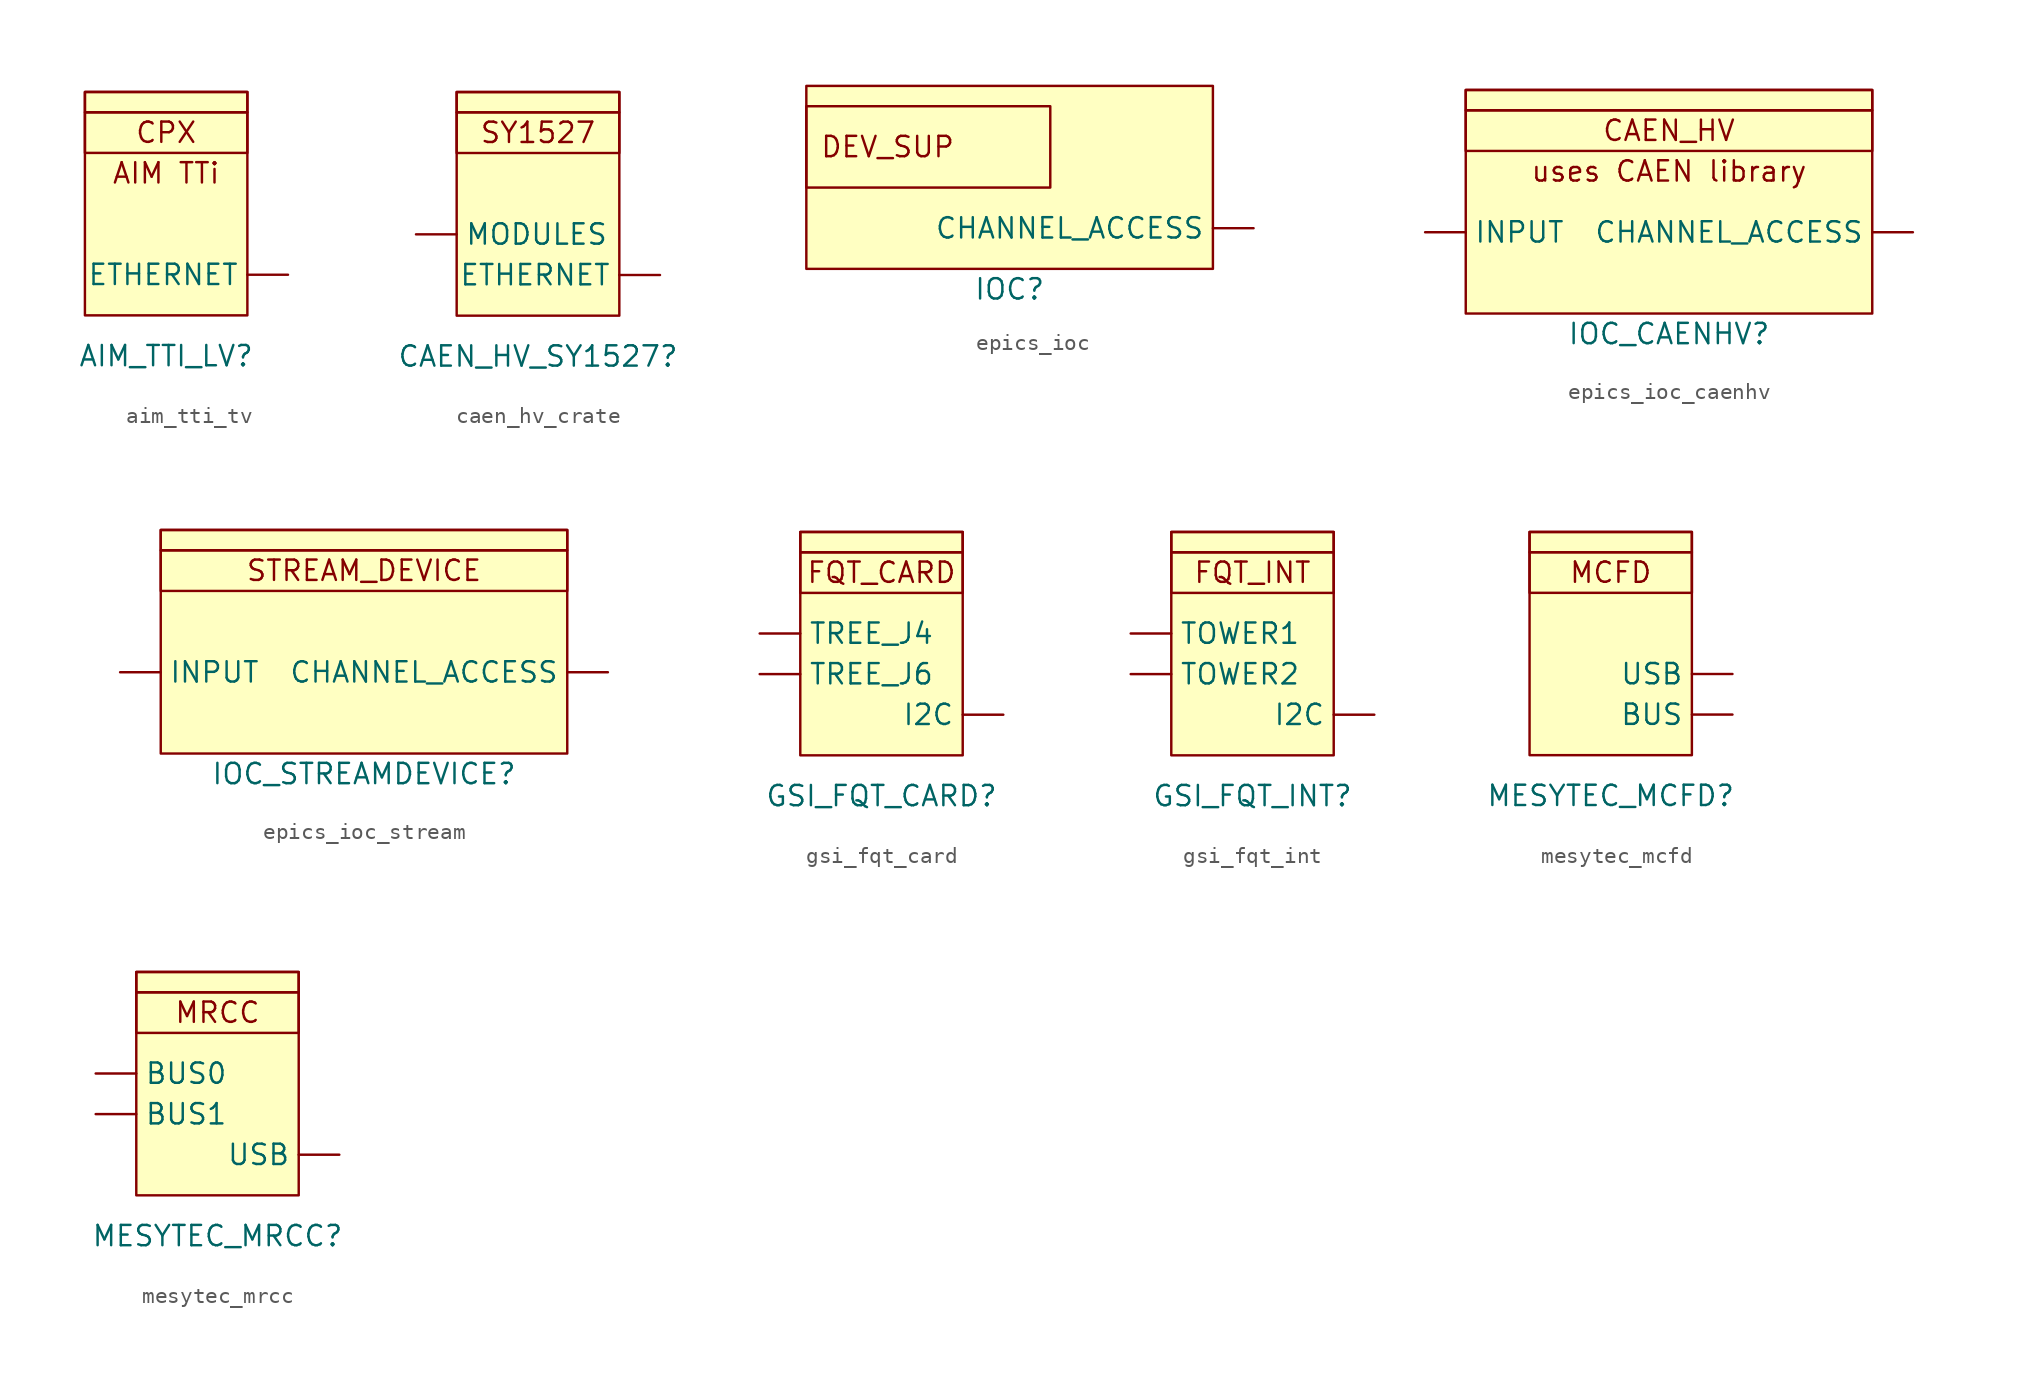
<source format=kicad_sym>
(kicad_symbol_lib
  (version 20220914)
  (generator kicad_symbol_editor)
  (symbol "aim_tti_tv"
    (property "Reference" "AIM_TTI_LV"
      (at 0 0 0)
      (effects (font (size 1.27 1.27))))
    (property "Value" ""
      (at 0 0 0)
      (effects (font (size 1.27 1.27))))
    (symbol "aim_tti_tv_1_1"
      (rectangle (start -5.08 15.24) (end 5.08 12.7) (stroke (width 0) (type default)) (fill (type none)))
      (rectangle (start -5.08 16.51) (end 5.08 2.54) (stroke (width 0) (type default)) (fill (type background)))
      (rectangle (start -5.08 16.51) (end 5.08 15.24) (stroke (width 0) (type default)) (fill (type color) (color 0 194 194 1)))
      (text "AIM TTi" (at 0 11.43 0) (effects (font (size 1.27 1.27))))
      (text "CPX" (at 0 13.97 0) (effects (font (size 1.27 1.27))))
      (pin bidirectional line (at 7.62 5.08 180) (length 2.54) (name "ETHERNET" (effects (font (size 1.27 1.27)))) (number "" (effects (font (size 1.27 1.27)))))))
  (symbol "caen_hv_crate"
    (property "Reference" "CAEN_HV_SY1527"
      (at 0 0 0)
      (effects (font (size 1.27 1.27))))
    (property "Value" ""
      (at 0 0 0)
      (effects (font (size 1.27 1.27))))
    (symbol "caen_hv_crate_1_1"
      (rectangle (start -5.08 15.24) (end 5.08 12.7) (stroke (width 0) (type default)) (fill (type none)))
      (rectangle (start -5.08 16.51) (end 5.08 2.54) (stroke (width 0) (type default)) (fill (type background)))
      (rectangle (start -5.08 16.51) (end 5.08 15.24) (stroke (width 0) (type default)) (fill (type color) (color 255 0 0 1)))
      (text "SY1527" (at 0 13.97 0) (effects (font (size 1.27 1.27))))
      (pin bidirectional line (at 7.62 5.08 180) (length 2.54) (name "ETHERNET" (effects (font (size 1.27 1.27)))) (number "" (effects (font (size 1.27 1.27)))))
      (pin bidirectional line (at -7.62 7.62 0) (length 2.54) (name "MODULES" (effects (font (size 1.27 1.27)))) (number "" (effects (font (size 1.27 1.27)))))))
  (symbol "epics_ioc"
    (property "Reference" "IOC"
      (at 0 0 0)
      (effects (font (size 1.27 1.27))))
    (property "Value" ""
      (at 0 0 0)
      (effects (font (size 1.27 1.27))))
    (symbol "epics_ioc_1_1"
      (rectangle (start -12.7 11.43) (end 2.54 6.35) (stroke (width 0) (type default)) (fill (type none)))
      (rectangle (start -12.7 12.7) (end 12.7 1.27) (stroke (width 0) (type default)) (fill (type background)))
      (text "DEV_SUP" (at -7.62 8.89 0) (effects (font (size 1.27 1.27))))
      (pin output line (at 15.24 3.81 180) (length 2.54) (name "CHANNEL_ACCESS" (effects (font (size 1.27 1.27)))) (number "" (effects (font (size 1.27 1.27)))))))
  (symbol "epics_ioc_caenhv"
    (property "Reference" "IOC_CAENHV"
      (at 0 0 0)
      (effects (font (size 1.27 1.27))))
    (property "Value" ""
      (at 0 0 0)
      (effects (font (size 1.27 1.27))))
    (symbol "epics_ioc_caenhv_1_1"
      (rectangle (start -12.7 13.97) (end 12.7 11.43) (stroke (width 0) (type default)) (fill (type none)))
      (rectangle (start -12.7 15.24) (end 12.7 1.27) (stroke (width 0) (type default)) (fill (type background)))
      (rectangle (start -12.7 15.24) (end 12.7 13.97) (stroke (width 0) (type default)) (fill (type color) (color 255 0 0 1)))
      (text "CAEN_HV" (at 0 12.7 0) (effects (font (size 1.27 1.27))))
      (text "uses CAEN library" (at 0 10.16 0) (effects (font (size 1.27 1.27))))
      (pin output line (at 15.24 6.35 180) (length 2.54) (name "CHANNEL_ACCESS" (effects (font (size 1.27 1.27)))) (number "" (effects (font (size 1.27 1.27)))))
      (pin input line (at -15.24 6.35 0) (length 2.54) (name "INPUT" (effects (font (size 1.27 1.27)))) (number "" (effects (font (size 1.27 1.27)))))))
  (symbol "epics_ioc_stream"
    (property "Reference" "IOC_STREAMDEVICE"
      (at 0 0 0)
      (effects (font (size 1.27 1.27))))
    (property "Value" ""
      (at 0 0 0)
      (effects (font (size 1.27 1.27))))
    (symbol "epics_ioc_stream_1_1"
      (rectangle (start -12.7 13.97) (end 12.7 11.43) (stroke (width 0) (type default)) (fill (type none)))
      (rectangle (start -12.7 15.24) (end 12.7 1.27) (stroke (width 0) (type default)) (fill (type background)))
      (rectangle (start -12.7 15.24) (end 12.7 13.97) (stroke (width 0) (type default)) (fill (type color) (color 0 255 255 1)))
      (text "STREAM_DEVICE" (at 0 12.7 0) (effects (font (size 1.27 1.27))))
      (pin output line (at 15.24 6.35 180) (length 2.54) (name "CHANNEL_ACCESS" (effects (font (size 1.27 1.27)))) (number "" (effects (font (size 1.27 1.27)))))
      (pin input line (at -15.24 6.35 0) (length 2.54) (name "INPUT" (effects (font (size 1.27 1.27)))) (number "" (effects (font (size 1.27 1.27)))))))
  (symbol "gsi_fqt_card"
    (property "Reference" "GSI_FQT_CARD"
      (at 0 0 0)
      (effects (font (size 1.27 1.27))))
    (property "Value" ""
      (at 0 0 0)
      (effects (font (size 1.27 1.27))))
    (symbol "gsi_fqt_card_1_1"
      (rectangle (start -5.08 15.24) (end 5.08 12.7) (stroke (width 0) (type default)) (fill (type none)))
      (rectangle (start -5.08 16.51) (end 5.08 2.54) (stroke (width 0) (type default)) (fill (type background)))
      (rectangle (start -5.08 16.51) (end 5.08 15.24) (stroke (width 0) (type default)) (fill (type color) (color 0 194 0 1)))
      (text "FQT_CARD" (at 0 13.97 0) (effects (font (size 1.27 1.27))))
      (pin bidirectional line (at 7.62 5.08 180) (length 2.54) (name "I2C" (effects (font (size 1.27 1.27)))) (number "" (effects (font (size 1.27 1.27)))))
      (pin bidirectional line (at -7.62 10.16 0) (length 2.54) (name "TREE_J4" (effects (font (size 1.27 1.27)))) (number "" (effects (font (size 1.27 1.27)))))
      (pin bidirectional line (at -7.62 7.62 0) (length 2.54) (name "TREE_J6" (effects (font (size 1.27 1.27)))) (number "" (effects (font (size 1.27 1.27)))))))
  (symbol "gsi_fqt_int"
    (property "Reference" "GSI_FQT_INT"
      (at 0 0 0)
      (effects (font (size 1.27 1.27))))
    (property "Value" ""
      (at 0 0 0)
      (effects (font (size 1.27 1.27))))
    (symbol "gsi_fqt_int_1_1"
      (rectangle (start -5.08 15.24) (end 5.08 12.7) (stroke (width 0) (type default)) (fill (type none)))
      (rectangle (start -5.08 16.51) (end 5.08 2.54) (stroke (width 0) (type default)) (fill (type background)))
      (rectangle (start -5.08 16.51) (end 5.08 15.24) (stroke (width 0) (type default)) (fill (type color) (color 0 194 0 1)))
      (text "FQT_INT" (at 0 13.97 0) (effects (font (size 1.27 1.27))))
      (pin input line (at 7.62 5.08 180) (length 2.54) (name "I2C" (effects (font (size 1.27 1.27)))) (number "" (effects (font (size 1.27 1.27)))))
      (pin bidirectional line (at -7.62 10.16 0) (length 2.54) (name "TOWER1" (effects (font (size 1.27 1.27)))) (number "" (effects (font (size 1.27 1.27)))))
      (pin bidirectional line (at -7.62 7.62 0) (length 2.54) (name "TOWER2" (effects (font (size 1.27 1.27)))) (number "" (effects (font (size 1.27 1.27)))))))
  (symbol "mesytec_mcfd"
    (property "Reference" "MESYTEC_MCFD"
      (at 0 0 0)
      (effects (font (size 1.27 1.27))))
    (property "Value" ""
      (at 0 0 0)
      (effects (font (size 1.27 1.27))))
    (symbol "mesytec_mcfd_1_1"
      (rectangle (start -5.08 15.24) (end 5.08 12.7) (stroke (width 0) (type default)) (fill (type none)))
      (rectangle (start -5.08 16.51) (end 5.08 2.54) (stroke (width 0) (type default)) (fill (type background)))
      (rectangle (start -5.08 16.51) (end 5.08 15.24) (stroke (width 0) (type default)) (fill (type color) (color 255 255 0 1)))
      (text "MCFD" (at 0 13.97 0) (effects (font (size 1.27 1.27))))
      (pin bidirectional line (at 7.62 5.08 180) (length 2.54) (name "BUS" (effects (font (size 1.27 1.27)))) (number "" (effects (font (size 1.27 1.27)))))
      (pin bidirectional line (at 7.62 7.62 180) (length 2.54) (name "USB" (effects (font (size 1.27 1.27)))) (number "" (effects (font (size 1.27 1.27)))))))
  (symbol "mesytec_mrcc"
    (property "Reference" "MESYTEC_MRCC"
      (at 0 0 0)
      (effects (font (size 1.27 1.27))))
    (property "Value" ""
      (at 0 0 0)
      (effects (font (size 1.27 1.27))))
    (symbol "mesytec_mrcc_1_1"
      (rectangle (start -5.08 15.24) (end 5.08 12.7) (stroke (width 0) (type default)) (fill (type none)))
      (rectangle (start -5.08 16.51) (end 5.08 2.54) (stroke (width 0) (type default)) (fill (type background)))
      (rectangle (start -5.08 16.51) (end 5.08 15.24) (stroke (width 0) (type default)) (fill (type color) (color 255 255 0 1)))
      (text "MRCC" (at 0 13.97 0) (effects (font (size 1.27 1.27))))
      (pin bidirectional line (at -7.62 10.16 0) (length 2.54) (name "BUS0" (effects (font (size 1.27 1.27)))) (number "" (effects (font (size 1.27 1.27)))))
      (pin bidirectional line (at -7.62 7.62 0) (length 2.54) (name "BUS1" (effects (font (size 1.27 1.27)))) (number "" (effects (font (size 1.27 1.27)))))
      (pin input line (at 7.62 5.08 180) (length 2.54) (name "USB" (effects (font (size 1.27 1.27)))) (number "" (effects (font (size 1.27 1.27))))))))
</source>
